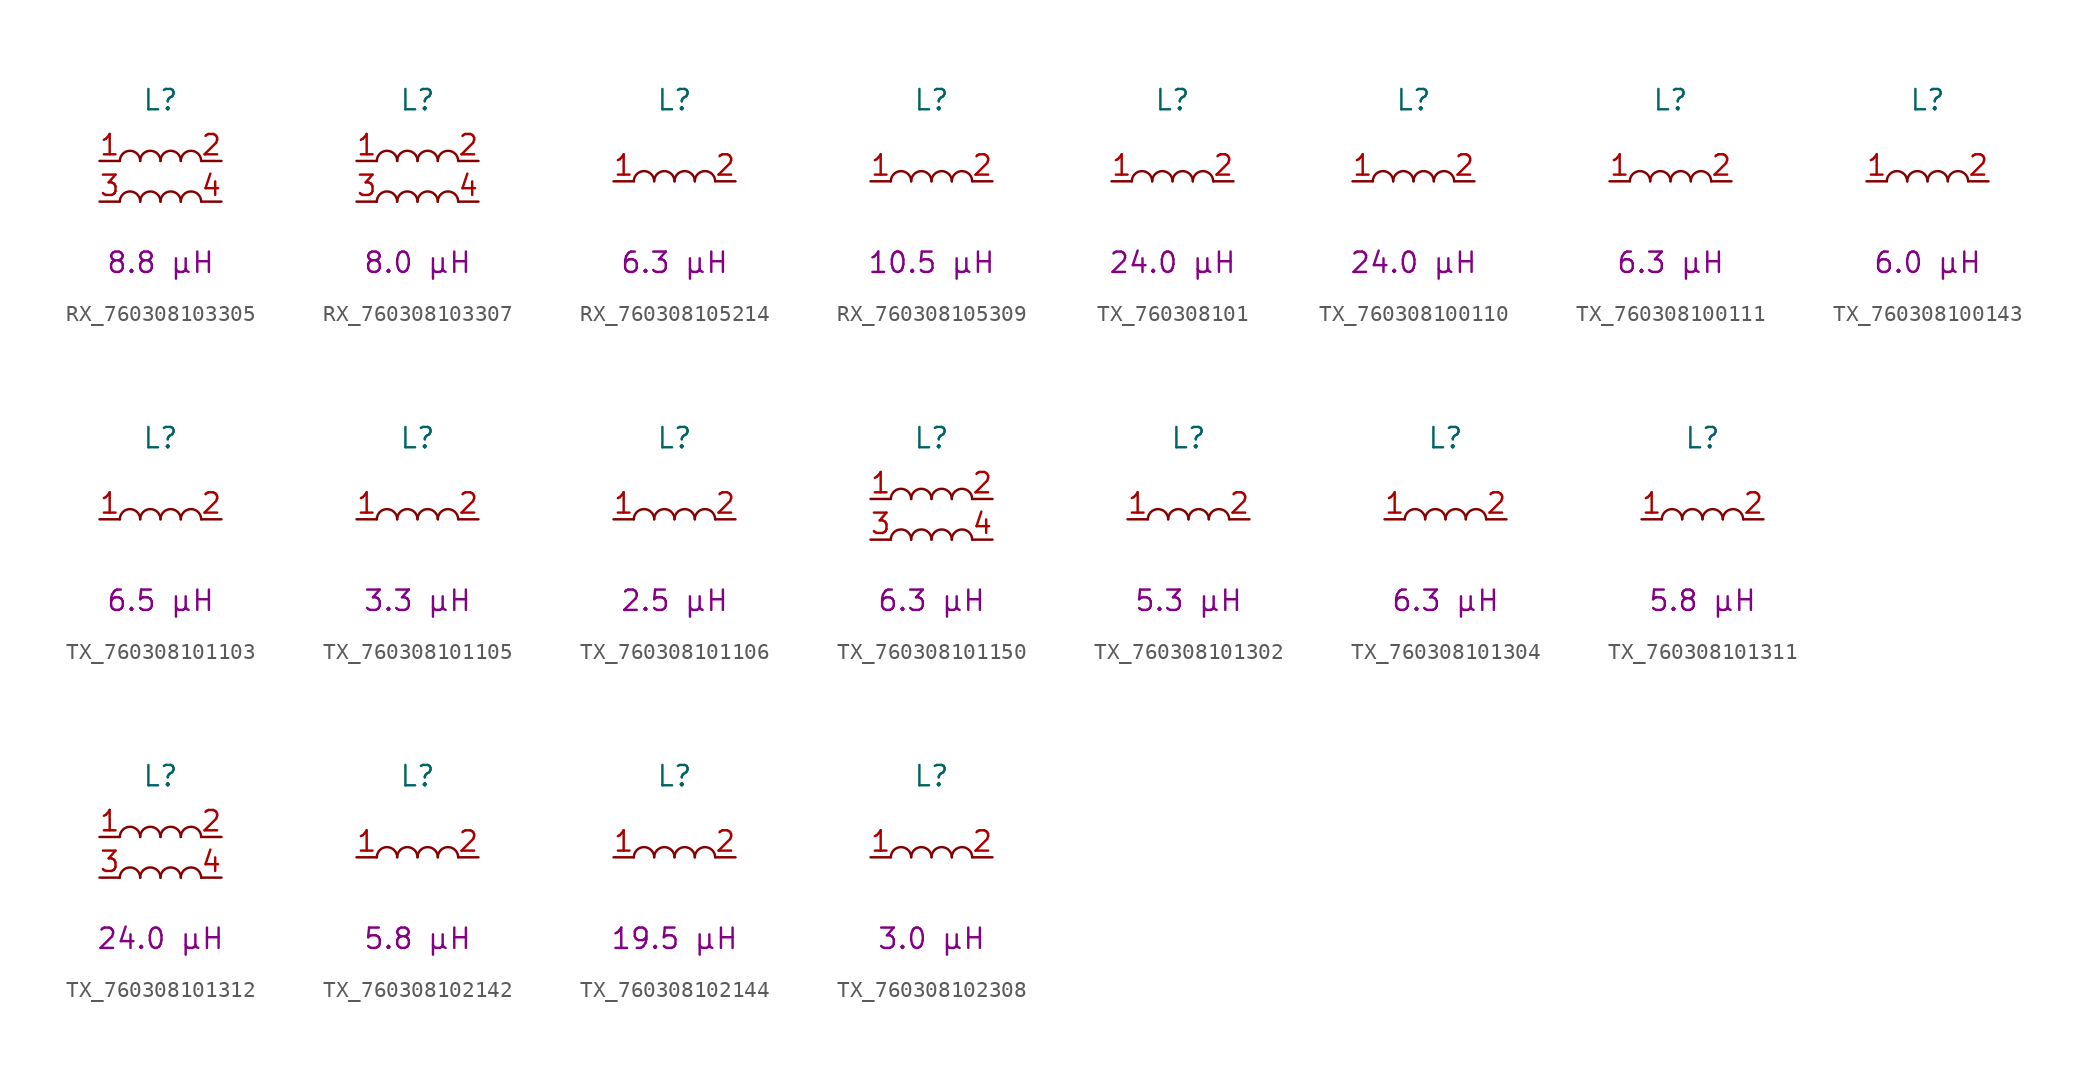
<source format=kicad_sym>
(kicad_symbol_lib
  (version 20220914)
  (generator kicad_symbol_editor)
  (symbol "RX_760308103305"
    (pin_names hide)
    (property "Reference" "L"
      (at 0 5.08 0)
      (effects (font (size 1.27 1.27))))
    (property "Critical Parameter" "8.8 µH"
      (at 0 -5.08 0)
      (effects (font (size 1.27 1.27))))
    (symbol "RX_760308103305_0_1"
      (arc (start -1.27 -1.27) (mid -1.905 -0.6377) (end -2.54 -1.27) (stroke (width 0) (type default)) (fill (type none)))
      (arc (start -1.27 1.27) (mid -1.905 1.9023) (end -2.54 1.27) (stroke (width 0) (type default)) (fill (type none)))
      (arc (start 0 -1.27) (mid -0.635 -0.6377) (end -1.27 -1.27) (stroke (width 0) (type default)) (fill (type none)))
      (arc (start 0 1.27) (mid -0.635 1.9023) (end -1.27 1.27) (stroke (width 0) (type default)) (fill (type none)))
      (arc (start 1.27 -1.27) (mid 0.635 -0.6377) (end 0 -1.27) (stroke (width 0) (type default)) (fill (type none)))
      (arc (start 1.27 1.27) (mid 0.635 1.9023) (end 0 1.27) (stroke (width 0) (type default)) (fill (type none)))
      (arc (start 2.54 -1.27) (mid 1.905 -0.6377) (end 1.27 -1.27) (stroke (width 0) (type default)) (fill (type none)))
      (arc (start 2.54 1.27) (mid 1.905 1.9023) (end 1.27 1.27) (stroke (width 0) (type default)) (fill (type none))))
    (symbol "RX_760308103305_1_1"
      (pin passive line (at -3.81 1.27 0) (length 1.27) (name "1" (effects (font (size 1.27 1.27)))) (number "1" (effects (font (size 1.27 1.27)))))
      (pin passive line (at 3.81 1.27 180) (length 1.27) (name "2" (effects (font (size 1.27 1.27)))) (number "2" (effects (font (size 1.27 1.27)))))
      (pin passive line (at -3.81 -1.27 0) (length 1.27) (name "3" (effects (font (size 1.27 1.27)))) (number "3" (effects (font (size 1.27 1.27)))))
      (pin passive line (at 3.81 -1.27 180) (length 1.27) (name "4" (effects (font (size 1.27 1.27)))) (number "4" (effects (font (size 1.27 1.27)))))))
  (symbol "RX_760308103307"
    (pin_names hide)
    (property "Reference" "L"
      (at 0 5.08 0)
      (effects (font (size 1.27 1.27))))
    (property "Critical Parameter" "8.0 µH"
      (at 0 -5.08 0)
      (effects (font (size 1.27 1.27))))
    (symbol "RX_760308103307_0_1"
      (arc (start -1.27 -1.27) (mid -1.905 -0.6377) (end -2.54 -1.27) (stroke (width 0) (type default)) (fill (type none)))
      (arc (start -1.27 1.27) (mid -1.905 1.9023) (end -2.54 1.27) (stroke (width 0) (type default)) (fill (type none)))
      (arc (start 0 -1.27) (mid -0.635 -0.6377) (end -1.27 -1.27) (stroke (width 0) (type default)) (fill (type none)))
      (arc (start 0 1.27) (mid -0.635 1.9023) (end -1.27 1.27) (stroke (width 0) (type default)) (fill (type none)))
      (arc (start 1.27 -1.27) (mid 0.635 -0.6377) (end 0 -1.27) (stroke (width 0) (type default)) (fill (type none)))
      (arc (start 1.27 1.27) (mid 0.635 1.9023) (end 0 1.27) (stroke (width 0) (type default)) (fill (type none)))
      (arc (start 2.54 -1.27) (mid 1.905 -0.6377) (end 1.27 -1.27) (stroke (width 0) (type default)) (fill (type none)))
      (arc (start 2.54 1.27) (mid 1.905 1.9023) (end 1.27 1.27) (stroke (width 0) (type default)) (fill (type none))))
    (symbol "RX_760308103307_1_1"
      (pin passive line (at -3.81 1.27 0) (length 1.27) (name "1" (effects (font (size 1.27 1.27)))) (number "1" (effects (font (size 1.27 1.27)))))
      (pin passive line (at 3.81 1.27 180) (length 1.27) (name "2" (effects (font (size 1.27 1.27)))) (number "2" (effects (font (size 1.27 1.27)))))
      (pin passive line (at -3.81 -1.27 0) (length 1.27) (name "3" (effects (font (size 1.27 1.27)))) (number "3" (effects (font (size 1.27 1.27)))))
      (pin passive line (at 3.81 -1.27 180) (length 1.27) (name "4" (effects (font (size 1.27 1.27)))) (number "4" (effects (font (size 1.27 1.27)))))))
  (symbol "RX_760308105214"
    (pin_names hide)
    (property "Reference" "L"
      (at 0 5.08 0)
      (effects (font (size 1.27 1.27))))
    (property "Critical Parameter" "6.3 µH"
      (at 0 -5.08 0)
      (effects (font (size 1.27 1.27))))
    (symbol "RX_760308105214_0_1"
      (arc (start -1.27 0) (mid -1.905 0.6323) (end -2.54 0) (stroke (width 0) (type default)) (fill (type none)))
      (arc (start 0 0) (mid -0.635 0.6323) (end -1.27 0) (stroke (width 0) (type default)) (fill (type none)))
      (arc (start 1.27 0) (mid 0.635 0.6323) (end 0 0) (stroke (width 0) (type default)) (fill (type none)))
      (arc (start 2.54 0) (mid 1.905 0.6323) (end 1.27 0) (stroke (width 0) (type default)) (fill (type none))))
    (symbol "RX_760308105214_1_1"
      (pin passive line (at -3.81 0 0) (length 1.27) (name "1" (effects (font (size 1.27 1.27)))) (number "1" (effects (font (size 1.27 1.27)))))
      (pin passive line (at 3.81 0 180) (length 1.27) (name "2" (effects (font (size 1.27 1.27)))) (number "2" (effects (font (size 1.27 1.27)))))))
  (symbol "RX_760308105309"
    (pin_names hide)
    (property "Reference" "L"
      (at 0 5.08 0)
      (effects (font (size 1.27 1.27))))
    (property "Critical Parameter" "10.5 µH"
      (at 0 -5.08 0)
      (effects (font (size 1.27 1.27))))
    (symbol "RX_760308105309_0_1"
      (arc (start -1.27 0) (mid -1.905 0.6323) (end -2.54 0) (stroke (width 0) (type default)) (fill (type none)))
      (arc (start 0 0) (mid -0.635 0.6323) (end -1.27 0) (stroke (width 0) (type default)) (fill (type none)))
      (arc (start 1.27 0) (mid 0.635 0.6323) (end 0 0) (stroke (width 0) (type default)) (fill (type none)))
      (arc (start 2.54 0) (mid 1.905 0.6323) (end 1.27 0) (stroke (width 0) (type default)) (fill (type none))))
    (symbol "RX_760308105309_1_1"
      (pin passive line (at -3.81 0 0) (length 1.27) (name "1" (effects (font (size 1.27 1.27)))) (number "1" (effects (font (size 1.27 1.27)))))
      (pin passive line (at 3.81 0 180) (length 1.27) (name "2" (effects (font (size 1.27 1.27)))) (number "2" (effects (font (size 1.27 1.27)))))))
  (symbol "TX_760308101"
    (pin_names hide)
    (property "Reference" "L"
      (at 0 5.08 0)
      (effects (font (size 1.27 1.27))))
    (property "Critical Parameter" "24.0 µH"
      (at 0 -5.08 0)
      (effects (font (size 1.27 1.27))))
    (symbol "TX_760308101_0_1"
      (arc (start -1.27 0) (mid -1.905 0.6323) (end -2.54 0) (stroke (width 0) (type default)) (fill (type none)))
      (arc (start 0 0) (mid -0.635 0.6323) (end -1.27 0) (stroke (width 0) (type default)) (fill (type none)))
      (arc (start 1.27 0) (mid 0.635 0.6323) (end 0 0) (stroke (width 0) (type default)) (fill (type none)))
      (arc (start 2.54 0) (mid 1.905 0.6323) (end 1.27 0) (stroke (width 0) (type default)) (fill (type none))))
    (symbol "TX_760308101_1_1"
      (pin passive line (at -3.81 0 0) (length 1.27) (name "1" (effects (font (size 1.27 1.27)))) (number "1" (effects (font (size 1.27 1.27)))))
      (pin passive line (at 3.81 0 180) (length 1.27) (name "2" (effects (font (size 1.27 1.27)))) (number "2" (effects (font (size 1.27 1.27)))))))
  (symbol "TX_760308100110"
    (pin_names hide)
    (property "Reference" "L"
      (at 0 5.08 0)
      (effects (font (size 1.27 1.27))))
    (property "Critical Parameter" "24.0 µH"
      (at 0 -5.08 0)
      (effects (font (size 1.27 1.27))))
    (symbol "TX_760308100110_0_1"
      (arc (start -1.27 0) (mid -1.905 0.6323) (end -2.54 0) (stroke (width 0) (type default)) (fill (type none)))
      (arc (start 0 0) (mid -0.635 0.6323) (end -1.27 0) (stroke (width 0) (type default)) (fill (type none)))
      (arc (start 1.27 0) (mid 0.635 0.6323) (end 0 0) (stroke (width 0) (type default)) (fill (type none)))
      (arc (start 2.54 0) (mid 1.905 0.6323) (end 1.27 0) (stroke (width 0) (type default)) (fill (type none))))
    (symbol "TX_760308100110_1_1"
      (pin passive line (at -3.81 0 0) (length 1.27) (name "1" (effects (font (size 1.27 1.27)))) (number "1" (effects (font (size 1.27 1.27)))))
      (pin passive line (at 3.81 0 180) (length 1.27) (name "2" (effects (font (size 1.27 1.27)))) (number "2" (effects (font (size 1.27 1.27)))))))
  (symbol "TX_760308100111"
    (pin_names hide)
    (property "Reference" "L"
      (at 0 5.08 0)
      (effects (font (size 1.27 1.27))))
    (property "Critical Parameter" "6.3 µH"
      (at 0 -5.08 0)
      (effects (font (size 1.27 1.27))))
    (symbol "TX_760308100111_0_1"
      (arc (start -1.27 0) (mid -1.905 0.6323) (end -2.54 0) (stroke (width 0) (type default)) (fill (type none)))
      (arc (start 0 0) (mid -0.635 0.6323) (end -1.27 0) (stroke (width 0) (type default)) (fill (type none)))
      (arc (start 1.27 0) (mid 0.635 0.6323) (end 0 0) (stroke (width 0) (type default)) (fill (type none)))
      (arc (start 2.54 0) (mid 1.905 0.6323) (end 1.27 0) (stroke (width 0) (type default)) (fill (type none))))
    (symbol "TX_760308100111_1_1"
      (pin passive line (at -3.81 0 0) (length 1.27) (name "1" (effects (font (size 1.27 1.27)))) (number "1" (effects (font (size 1.27 1.27)))))
      (pin passive line (at 3.81 0 180) (length 1.27) (name "2" (effects (font (size 1.27 1.27)))) (number "2" (effects (font (size 1.27 1.27)))))))
  (symbol "TX_760308100143"
    (pin_names hide)
    (property "Reference" "L"
      (at 0 5.08 0)
      (effects (font (size 1.27 1.27))))
    (property "Critical Parameter" "6.0 µH"
      (at 0 -5.08 0)
      (effects (font (size 1.27 1.27))))
    (symbol "TX_760308100143_0_1"
      (arc (start -1.27 0) (mid -1.905 0.6323) (end -2.54 0) (stroke (width 0) (type default)) (fill (type none)))
      (arc (start 0 0) (mid -0.635 0.6323) (end -1.27 0) (stroke (width 0) (type default)) (fill (type none)))
      (arc (start 1.27 0) (mid 0.635 0.6323) (end 0 0) (stroke (width 0) (type default)) (fill (type none)))
      (arc (start 2.54 0) (mid 1.905 0.6323) (end 1.27 0) (stroke (width 0) (type default)) (fill (type none))))
    (symbol "TX_760308100143_1_1"
      (pin passive line (at -3.81 0 0) (length 1.27) (name "1" (effects (font (size 1.27 1.27)))) (number "1" (effects (font (size 1.27 1.27)))))
      (pin passive line (at 3.81 0 180) (length 1.27) (name "2" (effects (font (size 1.27 1.27)))) (number "2" (effects (font (size 1.27 1.27)))))))
  (symbol "TX_760308101103"
    (pin_names hide)
    (property "Reference" "L"
      (at 0 5.08 0)
      (effects (font (size 1.27 1.27))))
    (property "Critical Parameter" "6.5 µH"
      (at 0 -5.08 0)
      (effects (font (size 1.27 1.27))))
    (symbol "TX_760308101103_0_1"
      (arc (start -1.27 0) (mid -1.905 0.6323) (end -2.54 0) (stroke (width 0) (type default)) (fill (type none)))
      (arc (start 0 0) (mid -0.635 0.6323) (end -1.27 0) (stroke (width 0) (type default)) (fill (type none)))
      (arc (start 1.27 0) (mid 0.635 0.6323) (end 0 0) (stroke (width 0) (type default)) (fill (type none)))
      (arc (start 2.54 0) (mid 1.905 0.6323) (end 1.27 0) (stroke (width 0) (type default)) (fill (type none))))
    (symbol "TX_760308101103_1_1"
      (pin passive line (at -3.81 0 0) (length 1.27) (name "1" (effects (font (size 1.27 1.27)))) (number "1" (effects (font (size 1.27 1.27)))))
      (pin passive line (at 3.81 0 180) (length 1.27) (name "2" (effects (font (size 1.27 1.27)))) (number "2" (effects (font (size 1.27 1.27)))))))
  (symbol "TX_760308101105"
    (pin_names hide)
    (property "Reference" "L"
      (at 0 5.08 0)
      (effects (font (size 1.27 1.27))))
    (property "Critical Parameter" "3.3 µH"
      (at 0 -5.08 0)
      (effects (font (size 1.27 1.27))))
    (symbol "TX_760308101105_0_1"
      (arc (start -1.27 0) (mid -1.905 0.6323) (end -2.54 0) (stroke (width 0) (type default)) (fill (type none)))
      (arc (start 0 0) (mid -0.635 0.6323) (end -1.27 0) (stroke (width 0) (type default)) (fill (type none)))
      (arc (start 1.27 0) (mid 0.635 0.6323) (end 0 0) (stroke (width 0) (type default)) (fill (type none)))
      (arc (start 2.54 0) (mid 1.905 0.6323) (end 1.27 0) (stroke (width 0) (type default)) (fill (type none))))
    (symbol "TX_760308101105_1_1"
      (pin passive line (at -3.81 0 0) (length 1.27) (name "1" (effects (font (size 1.27 1.27)))) (number "1" (effects (font (size 1.27 1.27)))))
      (pin passive line (at 3.81 0 180) (length 1.27) (name "2" (effects (font (size 1.27 1.27)))) (number "2" (effects (font (size 1.27 1.27)))))))
  (symbol "TX_760308101106"
    (pin_names hide)
    (property "Reference" "L"
      (at 0 5.08 0)
      (effects (font (size 1.27 1.27))))
    (property "Critical Parameter" "2.5 µH"
      (at 0 -5.08 0)
      (effects (font (size 1.27 1.27))))
    (symbol "TX_760308101106_0_1"
      (arc (start -1.27 0) (mid -1.905 0.6323) (end -2.54 0) (stroke (width 0) (type default)) (fill (type none)))
      (arc (start 0 0) (mid -0.635 0.6323) (end -1.27 0) (stroke (width 0) (type default)) (fill (type none)))
      (arc (start 1.27 0) (mid 0.635 0.6323) (end 0 0) (stroke (width 0) (type default)) (fill (type none)))
      (arc (start 2.54 0) (mid 1.905 0.6323) (end 1.27 0) (stroke (width 0) (type default)) (fill (type none))))
    (symbol "TX_760308101106_1_1"
      (pin passive line (at -3.81 0 0) (length 1.27) (name "1" (effects (font (size 1.27 1.27)))) (number "1" (effects (font (size 1.27 1.27)))))
      (pin passive line (at 3.81 0 180) (length 1.27) (name "2" (effects (font (size 1.27 1.27)))) (number "2" (effects (font (size 1.27 1.27)))))))
  (symbol "TX_760308101150"
    (pin_names hide)
    (property "Reference" "L"
      (at 0 5.08 0)
      (effects (font (size 1.27 1.27))))
    (property "Critical Parameter" "6.3 µH"
      (at 0 -5.08 0)
      (effects (font (size 1.27 1.27))))
    (symbol "TX_760308101150_0_1"
      (arc (start -1.27 -1.27) (mid -1.905 -0.6377) (end -2.54 -1.27) (stroke (width 0) (type default)) (fill (type none)))
      (arc (start -1.27 1.27) (mid -1.905 1.9023) (end -2.54 1.27) (stroke (width 0) (type default)) (fill (type none)))
      (arc (start 0 -1.27) (mid -0.635 -0.6377) (end -1.27 -1.27) (stroke (width 0) (type default)) (fill (type none)))
      (arc (start 0 1.27) (mid -0.635 1.9023) (end -1.27 1.27) (stroke (width 0) (type default)) (fill (type none)))
      (arc (start 1.27 -1.27) (mid 0.635 -0.6377) (end 0 -1.27) (stroke (width 0) (type default)) (fill (type none)))
      (arc (start 1.27 1.27) (mid 0.635 1.9023) (end 0 1.27) (stroke (width 0) (type default)) (fill (type none)))
      (arc (start 2.54 -1.27) (mid 1.905 -0.6377) (end 1.27 -1.27) (stroke (width 0) (type default)) (fill (type none)))
      (arc (start 2.54 1.27) (mid 1.905 1.9023) (end 1.27 1.27) (stroke (width 0) (type default)) (fill (type none))))
    (symbol "TX_760308101150_1_1"
      (pin passive line (at -3.81 1.27 0) (length 1.27) (name "1" (effects (font (size 1.27 1.27)))) (number "1" (effects (font (size 1.27 1.27)))))
      (pin passive line (at 3.81 1.27 180) (length 1.27) (name "2" (effects (font (size 1.27 1.27)))) (number "2" (effects (font (size 1.27 1.27)))))
      (pin passive line (at -3.81 -1.27 0) (length 1.27) (name "3" (effects (font (size 1.27 1.27)))) (number "3" (effects (font (size 1.27 1.27)))))
      (pin passive line (at 3.81 -1.27 180) (length 1.27) (name "4" (effects (font (size 1.27 1.27)))) (number "4" (effects (font (size 1.27 1.27)))))))
  (symbol "TX_760308101302"
    (pin_names hide)
    (property "Reference" "L"
      (at 0 5.08 0)
      (effects (font (size 1.27 1.27))))
    (property "Critical Parameter" "5.3 µH"
      (at 0 -5.08 0)
      (effects (font (size 1.27 1.27))))
    (symbol "TX_760308101302_0_1"
      (arc (start -1.27 0) (mid -1.905 0.6323) (end -2.54 0) (stroke (width 0) (type default)) (fill (type none)))
      (arc (start 0 0) (mid -0.635 0.6323) (end -1.27 0) (stroke (width 0) (type default)) (fill (type none)))
      (arc (start 1.27 0) (mid 0.635 0.6323) (end 0 0) (stroke (width 0) (type default)) (fill (type none)))
      (arc (start 2.54 0) (mid 1.905 0.6323) (end 1.27 0) (stroke (width 0) (type default)) (fill (type none))))
    (symbol "TX_760308101302_1_1"
      (pin passive line (at -3.81 0 0) (length 1.27) (name "1" (effects (font (size 1.27 1.27)))) (number "1" (effects (font (size 1.27 1.27)))))
      (pin passive line (at 3.81 0 180) (length 1.27) (name "2" (effects (font (size 1.27 1.27)))) (number "2" (effects (font (size 1.27 1.27)))))))
  (symbol "TX_760308101304"
    (pin_names hide)
    (property "Reference" "L"
      (at 0 5.08 0)
      (effects (font (size 1.27 1.27))))
    (property "Critical Parameter" "6.3 µH"
      (at 0 -5.08 0)
      (effects (font (size 1.27 1.27))))
    (symbol "TX_760308101304_0_1"
      (arc (start -1.27 0) (mid -1.905 0.6323) (end -2.54 0) (stroke (width 0) (type default)) (fill (type none)))
      (arc (start 0 0) (mid -0.635 0.6323) (end -1.27 0) (stroke (width 0) (type default)) (fill (type none)))
      (arc (start 1.27 0) (mid 0.635 0.6323) (end 0 0) (stroke (width 0) (type default)) (fill (type none)))
      (arc (start 2.54 0) (mid 1.905 0.6323) (end 1.27 0) (stroke (width 0) (type default)) (fill (type none))))
    (symbol "TX_760308101304_1_1"
      (pin passive line (at -3.81 0 0) (length 1.27) (name "1" (effects (font (size 1.27 1.27)))) (number "1" (effects (font (size 1.27 1.27)))))
      (pin passive line (at 3.81 0 180) (length 1.27) (name "2" (effects (font (size 1.27 1.27)))) (number "2" (effects (font (size 1.27 1.27)))))))
  (symbol "TX_760308101311"
    (pin_names hide)
    (property "Reference" "L"
      (at 0 5.08 0)
      (effects (font (size 1.27 1.27))))
    (property "Critical Parameter" "5.8 µH"
      (at 0 -5.08 0)
      (effects (font (size 1.27 1.27))))
    (symbol "TX_760308101311_0_1"
      (arc (start -1.27 0) (mid -1.905 0.6323) (end -2.54 0) (stroke (width 0) (type default)) (fill (type none)))
      (arc (start 0 0) (mid -0.635 0.6323) (end -1.27 0) (stroke (width 0) (type default)) (fill (type none)))
      (arc (start 1.27 0) (mid 0.635 0.6323) (end 0 0) (stroke (width 0) (type default)) (fill (type none)))
      (arc (start 2.54 0) (mid 1.905 0.6323) (end 1.27 0) (stroke (width 0) (type default)) (fill (type none))))
    (symbol "TX_760308101311_1_1"
      (pin passive line (at -3.81 0 0) (length 1.27) (name "1" (effects (font (size 1.27 1.27)))) (number "1" (effects (font (size 1.27 1.27)))))
      (pin passive line (at 3.81 0 180) (length 1.27) (name "2" (effects (font (size 1.27 1.27)))) (number "2" (effects (font (size 1.27 1.27)))))))
  (symbol "TX_760308101312"
    (pin_names hide)
    (property "Reference" "L"
      (at 0 5.08 0)
      (effects (font (size 1.27 1.27))))
    (property "Critical Parameter" "24.0 µH"
      (at 0 -5.08 0)
      (effects (font (size 1.27 1.27))))
    (symbol "TX_760308101312_0_1"
      (arc (start -1.27 -1.27) (mid -1.905 -0.6377) (end -2.54 -1.27) (stroke (width 0) (type default)) (fill (type none)))
      (arc (start -1.27 1.27) (mid -1.905 1.9023) (end -2.54 1.27) (stroke (width 0) (type default)) (fill (type none)))
      (arc (start 0 -1.27) (mid -0.635 -0.6377) (end -1.27 -1.27) (stroke (width 0) (type default)) (fill (type none)))
      (arc (start 0 1.27) (mid -0.635 1.9023) (end -1.27 1.27) (stroke (width 0) (type default)) (fill (type none)))
      (arc (start 1.27 -1.27) (mid 0.635 -0.6377) (end 0 -1.27) (stroke (width 0) (type default)) (fill (type none)))
      (arc (start 1.27 1.27) (mid 0.635 1.9023) (end 0 1.27) (stroke (width 0) (type default)) (fill (type none)))
      (arc (start 2.54 -1.27) (mid 1.905 -0.6377) (end 1.27 -1.27) (stroke (width 0) (type default)) (fill (type none)))
      (arc (start 2.54 1.27) (mid 1.905 1.9023) (end 1.27 1.27) (stroke (width 0) (type default)) (fill (type none))))
    (symbol "TX_760308101312_1_1"
      (pin passive line (at -3.81 1.27 0) (length 1.27) (name "1" (effects (font (size 1.27 1.27)))) (number "1" (effects (font (size 1.27 1.27)))))
      (pin passive line (at 3.81 1.27 180) (length 1.27) (name "2" (effects (font (size 1.27 1.27)))) (number "2" (effects (font (size 1.27 1.27)))))
      (pin passive line (at -3.81 -1.27 0) (length 1.27) (name "3" (effects (font (size 1.27 1.27)))) (number "3" (effects (font (size 1.27 1.27)))))
      (pin passive line (at 3.81 -1.27 180) (length 1.27) (name "4" (effects (font (size 1.27 1.27)))) (number "4" (effects (font (size 1.27 1.27)))))))
  (symbol "TX_760308102142"
    (pin_names hide)
    (property "Reference" "L"
      (at 0 5.08 0)
      (effects (font (size 1.27 1.27))))
    (property "Critical Parameter" "5.8 µH"
      (at 0 -5.08 0)
      (effects (font (size 1.27 1.27))))
    (symbol "TX_760308102142_0_1"
      (arc (start -1.27 0) (mid -1.905 0.6323) (end -2.54 0) (stroke (width 0) (type default)) (fill (type none)))
      (arc (start 0 0) (mid -0.635 0.6323) (end -1.27 0) (stroke (width 0) (type default)) (fill (type none)))
      (arc (start 1.27 0) (mid 0.635 0.6323) (end 0 0) (stroke (width 0) (type default)) (fill (type none)))
      (arc (start 2.54 0) (mid 1.905 0.6323) (end 1.27 0) (stroke (width 0) (type default)) (fill (type none))))
    (symbol "TX_760308102142_1_1"
      (pin passive line (at -3.81 0 0) (length 1.27) (name "1" (effects (font (size 1.27 1.27)))) (number "1" (effects (font (size 1.27 1.27)))))
      (pin passive line (at 3.81 0 180) (length 1.27) (name "2" (effects (font (size 1.27 1.27)))) (number "2" (effects (font (size 1.27 1.27)))))))
  (symbol "TX_760308102144"
    (pin_names hide)
    (property "Reference" "L"
      (at 0 5.08 0)
      (effects (font (size 1.27 1.27))))
    (property "Critical Parameter" "19.5 µH"
      (at 0 -5.08 0)
      (effects (font (size 1.27 1.27))))
    (symbol "TX_760308102144_0_1"
      (arc (start -1.27 0) (mid -1.905 0.6323) (end -2.54 0) (stroke (width 0) (type default)) (fill (type none)))
      (arc (start 0 0) (mid -0.635 0.6323) (end -1.27 0) (stroke (width 0) (type default)) (fill (type none)))
      (arc (start 1.27 0) (mid 0.635 0.6323) (end 0 0) (stroke (width 0) (type default)) (fill (type none)))
      (arc (start 2.54 0) (mid 1.905 0.6323) (end 1.27 0) (stroke (width 0) (type default)) (fill (type none))))
    (symbol "TX_760308102144_1_1"
      (pin passive line (at -3.81 0 0) (length 1.27) (name "1" (effects (font (size 1.27 1.27)))) (number "1" (effects (font (size 1.27 1.27)))))
      (pin passive line (at 3.81 0 180) (length 1.27) (name "2" (effects (font (size 1.27 1.27)))) (number "2" (effects (font (size 1.27 1.27)))))))
  (symbol "TX_760308102308"
    (pin_names hide)
    (property "Reference" "L"
      (at 0 5.08 0)
      (effects (font (size 1.27 1.27))))
    (property "Critical Parameter" "3.0 µH"
      (at 0 -5.08 0)
      (effects (font (size 1.27 1.27))))
    (symbol "TX_760308102308_0_1"
      (arc (start -1.27 0) (mid -1.905 0.6323) (end -2.54 0) (stroke (width 0) (type default)) (fill (type none)))
      (arc (start 0 0) (mid -0.635 0.6323) (end -1.27 0) (stroke (width 0) (type default)) (fill (type none)))
      (arc (start 1.27 0) (mid 0.635 0.6323) (end 0 0) (stroke (width 0) (type default)) (fill (type none)))
      (arc (start 2.54 0) (mid 1.905 0.6323) (end 1.27 0) (stroke (width 0) (type default)) (fill (type none))))
    (symbol "TX_760308102308_1_1"
      (pin passive line (at -3.81 0 0) (length 1.27) (name "1" (effects (font (size 1.27 1.27)))) (number "1" (effects (font (size 1.27 1.27)))))
      (pin passive line (at 3.81 0 180) (length 1.27) (name "2" (effects (font (size 1.27 1.27)))) (number "2" (effects (font (size 1.27 1.27))))))))
</source>
